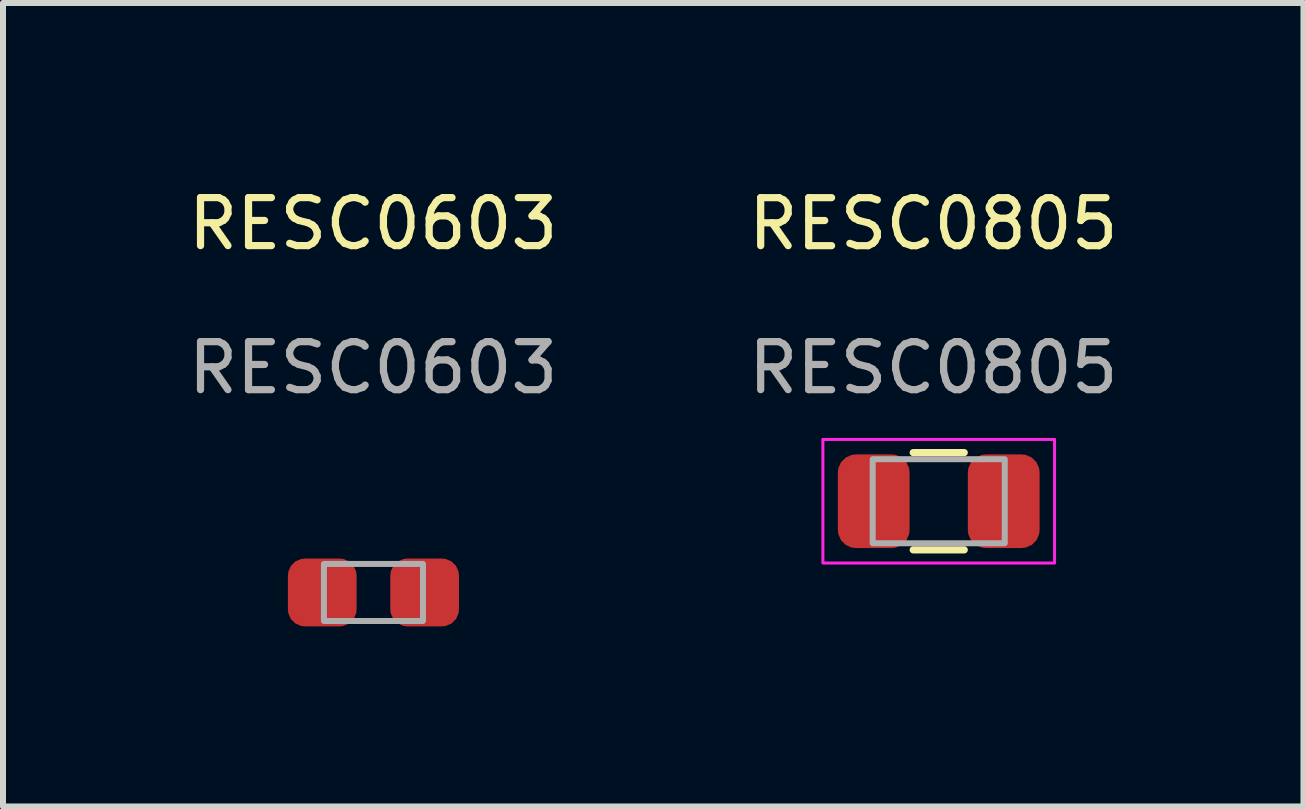
<source format=kicad_pcb>
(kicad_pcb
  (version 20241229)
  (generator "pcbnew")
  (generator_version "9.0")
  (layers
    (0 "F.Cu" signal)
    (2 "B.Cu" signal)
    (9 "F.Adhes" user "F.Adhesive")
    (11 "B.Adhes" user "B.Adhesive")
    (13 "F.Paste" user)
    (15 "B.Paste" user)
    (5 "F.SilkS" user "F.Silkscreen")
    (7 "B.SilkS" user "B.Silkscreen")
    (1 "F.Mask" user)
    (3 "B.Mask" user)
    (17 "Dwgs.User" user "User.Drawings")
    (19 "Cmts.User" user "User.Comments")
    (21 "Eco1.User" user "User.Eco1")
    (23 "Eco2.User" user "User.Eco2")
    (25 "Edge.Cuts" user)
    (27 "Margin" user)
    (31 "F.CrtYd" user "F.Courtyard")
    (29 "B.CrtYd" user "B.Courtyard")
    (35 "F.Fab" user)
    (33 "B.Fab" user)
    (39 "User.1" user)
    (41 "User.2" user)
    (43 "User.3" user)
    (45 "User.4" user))
  (footprint "RESC0805"
    (layer "F.Cu")
    (at 12.59 5.301)
    (property "Reference" "RESC0805" (at -0.09 -4.622 0) (unlocked yes) (layer "F.SilkS") (effects (font (size 0.8 0.8) (thickness 0.12))))
    (attr smd)
    (fp_line (start -0.425 0.81) (end 0.425 0.81) (stroke (width 0.12) (type default)) (layer "F.SilkS"))
    (fp_line (start 0.425 -0.81) (end -0.425 -0.81) (stroke (width 0.12) (type default)) (layer "F.SilkS"))
    (fp_rect (start -1.93 -1.03) (end 1.93 1.03) (stroke (width 0.05) (type default)) (fill no) (layer "F.CrtYd"))
    (fp_rect (start -1.1 -0.7) (end 1.1 0.7) (stroke (width 0.1) (type default)) (fill no) (layer "F.Fab"))
    (fp_text user "${REFERENCE}" (at -0.09 -2.223 0) (unlocked yes) (layer "F.Fab") (effects (font (size 0.8 0.8) (thickness 0.12))))
    (pad "1" smd roundrect (at -1.083 0) (size 1.195 1.56) (layers "F.Cu" "F.Mask" "F.Paste") (roundrect_rratio 0.25))
    (pad "2" smd roundrect (at 1.083 0) (size 1.195 1.56) (layers "F.Cu" "F.Mask" "F.Paste") (roundrect_rratio 0.25)))
  (footprint "RESC0603"
    (layer "F.Cu")
    (at 3.172 6.821)
    (property "Reference" "RESC0603" (at -0.005 -6.143 0) (unlocked yes) (layer "F.SilkS") (effects (font (size 0.8 0.8) (thickness 0.12))))
    (attr smd)
    (fp_rect (start -0.825 -0.475) (end 0.825 0.475) (stroke (width 0.1) (type default)) (fill no) (layer "F.Fab"))
    (fp_text user "${REFERENCE}" (at -0.005 -3.743 0) (unlocked yes) (layer "F.Fab") (effects (font (size 0.8 0.8) (thickness 0.12))))
    (pad "1" smd roundrect (at -0.853 0) (size 1.145 1.13) (layers "F.Cu" "F.Mask" "F.Paste") (roundrect_rratio 0.25))
    (pad "2" smd roundrect (at 0.853 0) (size 1.145 1.13) (layers "F.Cu" "F.Mask" "F.Paste") (roundrect_rratio 0.25)))
  (gr_rect
    (start -3 -3)
    (end 18.667 10.386)
    (stroke (width 0.1) (type default))
    (fill no)
    (layer "Edge.Cuts")))
</source>
